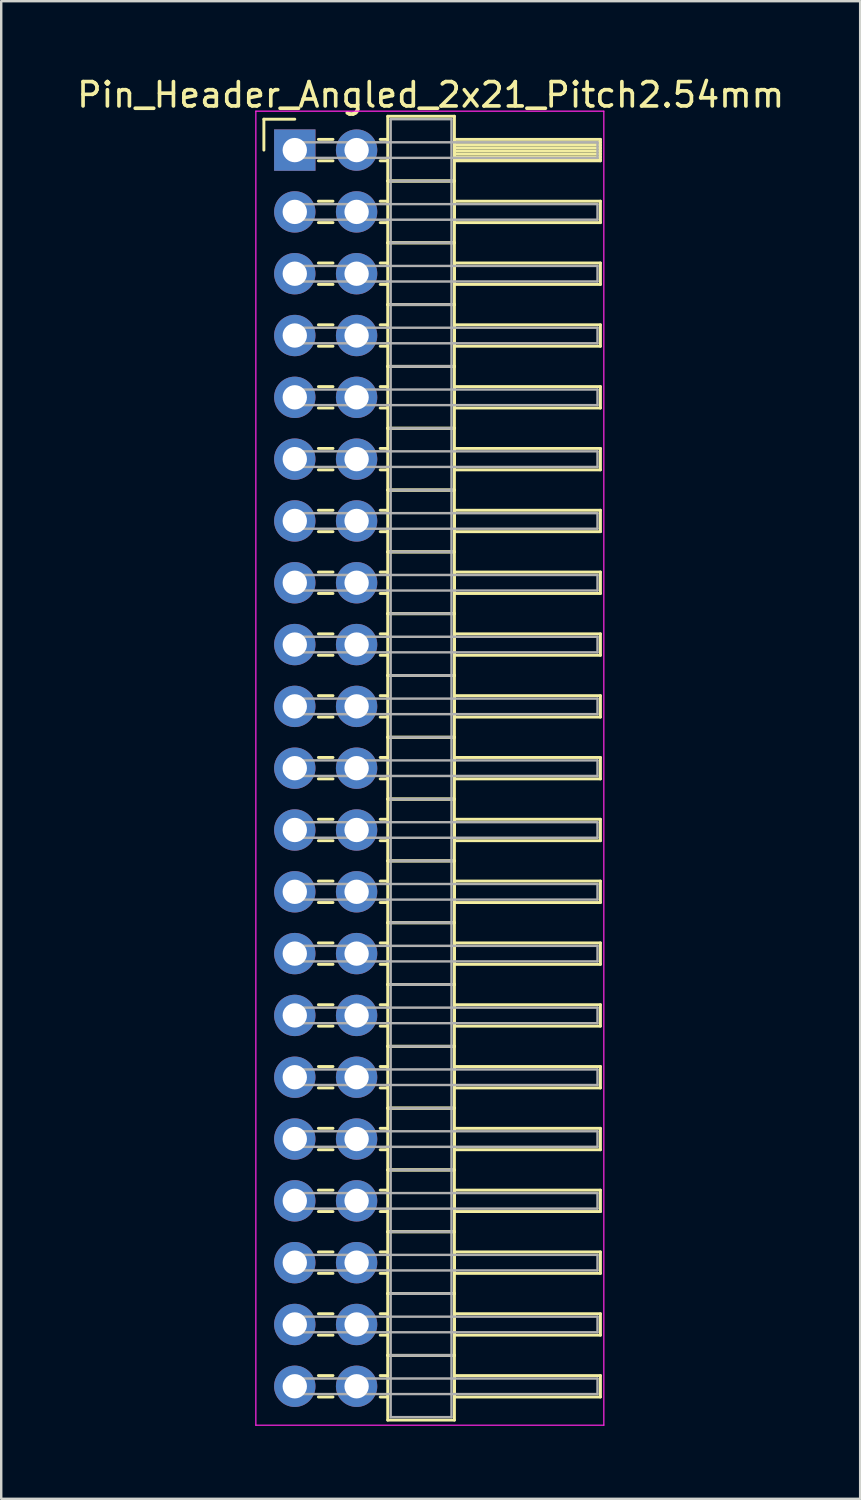
<source format=kicad_pcb>
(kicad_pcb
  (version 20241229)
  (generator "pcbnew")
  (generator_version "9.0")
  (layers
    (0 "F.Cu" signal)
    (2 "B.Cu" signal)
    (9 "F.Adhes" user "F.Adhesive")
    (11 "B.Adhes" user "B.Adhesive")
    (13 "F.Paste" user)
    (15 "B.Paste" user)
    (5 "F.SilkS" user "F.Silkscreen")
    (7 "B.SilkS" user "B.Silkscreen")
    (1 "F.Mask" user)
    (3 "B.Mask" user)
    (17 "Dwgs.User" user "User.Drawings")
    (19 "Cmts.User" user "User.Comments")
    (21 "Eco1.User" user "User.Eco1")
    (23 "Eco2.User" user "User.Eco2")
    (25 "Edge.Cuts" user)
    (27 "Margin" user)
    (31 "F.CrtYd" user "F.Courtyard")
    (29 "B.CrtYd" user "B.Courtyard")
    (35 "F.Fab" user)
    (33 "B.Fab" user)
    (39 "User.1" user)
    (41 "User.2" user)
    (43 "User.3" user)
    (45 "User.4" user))
  (footprint "Pin_Header_Angled_2x21_Pitch2.54mm"
    (layer "F.Cu")
    (at 9.064 3.118)
    (property "Reference" "Pin_Header_Angled_2x21_Pitch2.54mm" (at 5.585 -2.27 0) (layer "F.SilkS") (effects (font (size 1 1) (thickness 0.15))))
    (attr through_hole)
    (fp_line (start -1.27 -1.27) (end 0 -1.27) (stroke (width 0.12) (type solid)) (layer "F.SilkS"))
    (fp_line (start -1.27 0) (end -1.27 -1.27) (stroke (width 0.12) (type solid)) (layer "F.SilkS"))
    (fp_line (start 0.97 -0.44) (end 1.57 -0.44) (stroke (width 0.12) (type solid)) (layer "F.SilkS"))
    (fp_line (start 0.97 0.44) (end 1.57 0.44) (stroke (width 0.12) (type solid)) (layer "F.SilkS"))
    (fp_line (start 0.97 2.1) (end 1.57 2.1) (stroke (width 0.12) (type solid)) (layer "F.SilkS"))
    (fp_line (start 0.97 2.98) (end 1.57 2.98) (stroke (width 0.12) (type solid)) (layer "F.SilkS"))
    (fp_line (start 0.97 4.64) (end 1.57 4.64) (stroke (width 0.12) (type solid)) (layer "F.SilkS"))
    (fp_line (start 0.97 5.52) (end 1.57 5.52) (stroke (width 0.12) (type solid)) (layer "F.SilkS"))
    (fp_line (start 0.97 7.18) (end 1.57 7.18) (stroke (width 0.12) (type solid)) (layer "F.SilkS"))
    (fp_line (start 0.97 8.06) (end 1.57 8.06) (stroke (width 0.12) (type solid)) (layer "F.SilkS"))
    (fp_line (start 0.97 9.72) (end 1.57 9.72) (stroke (width 0.12) (type solid)) (layer "F.SilkS"))
    (fp_line (start 0.97 10.6) (end 1.57 10.6) (stroke (width 0.12) (type solid)) (layer "F.SilkS"))
    (fp_line (start 0.97 12.26) (end 1.57 12.26) (stroke (width 0.12) (type solid)) (layer "F.SilkS"))
    (fp_line (start 0.97 13.14) (end 1.57 13.14) (stroke (width 0.12) (type solid)) (layer "F.SilkS"))
    (fp_line (start 0.97 14.8) (end 1.57 14.8) (stroke (width 0.12) (type solid)) (layer "F.SilkS"))
    (fp_line (start 0.97 15.68) (end 1.57 15.68) (stroke (width 0.12) (type solid)) (layer "F.SilkS"))
    (fp_line (start 0.97 17.34) (end 1.57 17.34) (stroke (width 0.12) (type solid)) (layer "F.SilkS"))
    (fp_line (start 0.97 18.22) (end 1.57 18.22) (stroke (width 0.12) (type solid)) (layer "F.SilkS"))
    (fp_line (start 0.97 19.88) (end 1.57 19.88) (stroke (width 0.12) (type solid)) (layer "F.SilkS"))
    (fp_line (start 0.97 20.76) (end 1.57 20.76) (stroke (width 0.12) (type solid)) (layer "F.SilkS"))
    (fp_line (start 0.97 22.42) (end 1.57 22.42) (stroke (width 0.12) (type solid)) (layer "F.SilkS"))
    (fp_line (start 0.97 23.3) (end 1.57 23.3) (stroke (width 0.12) (type solid)) (layer "F.SilkS"))
    (fp_line (start 0.97 24.96) (end 1.57 24.96) (stroke (width 0.12) (type solid)) (layer "F.SilkS"))
    (fp_line (start 0.97 25.84) (end 1.57 25.84) (stroke (width 0.12) (type solid)) (layer "F.SilkS"))
    (fp_line (start 0.97 27.5) (end 1.57 27.5) (stroke (width 0.12) (type solid)) (layer "F.SilkS"))
    (fp_line (start 0.97 28.38) (end 1.57 28.38) (stroke (width 0.12) (type solid)) (layer "F.SilkS"))
    (fp_line (start 0.97 30.04) (end 1.57 30.04) (stroke (width 0.12) (type solid)) (layer "F.SilkS"))
    (fp_line (start 0.97 30.92) (end 1.57 30.92) (stroke (width 0.12) (type solid)) (layer "F.SilkS"))
    (fp_line (start 0.97 32.58) (end 1.57 32.58) (stroke (width 0.12) (type solid)) (layer "F.SilkS"))
    (fp_line (start 0.97 33.46) (end 1.57 33.46) (stroke (width 0.12) (type solid)) (layer "F.SilkS"))
    (fp_line (start 0.97 35.12) (end 1.57 35.12) (stroke (width 0.12) (type solid)) (layer "F.SilkS"))
    (fp_line (start 0.97 36) (end 1.57 36) (stroke (width 0.12) (type solid)) (layer "F.SilkS"))
    (fp_line (start 0.97 37.66) (end 1.57 37.66) (stroke (width 0.12) (type solid)) (layer "F.SilkS"))
    (fp_line (start 0.97 38.54) (end 1.57 38.54) (stroke (width 0.12) (type solid)) (layer "F.SilkS"))
    (fp_line (start 0.97 40.2) (end 1.57 40.2) (stroke (width 0.12) (type solid)) (layer "F.SilkS"))
    (fp_line (start 0.97 41.08) (end 1.57 41.08) (stroke (width 0.12) (type solid)) (layer "F.SilkS"))
    (fp_line (start 0.97 42.74) (end 1.57 42.74) (stroke (width 0.12) (type solid)) (layer "F.SilkS"))
    (fp_line (start 0.97 43.62) (end 1.57 43.62) (stroke (width 0.12) (type solid)) (layer "F.SilkS"))
    (fp_line (start 0.97 45.28) (end 1.57 45.28) (stroke (width 0.12) (type solid)) (layer "F.SilkS"))
    (fp_line (start 0.97 46.16) (end 1.57 46.16) (stroke (width 0.12) (type solid)) (layer "F.SilkS"))
    (fp_line (start 0.97 47.82) (end 1.57 47.82) (stroke (width 0.12) (type solid)) (layer "F.SilkS"))
    (fp_line (start 0.97 48.7) (end 1.57 48.7) (stroke (width 0.12) (type solid)) (layer "F.SilkS"))
    (fp_line (start 0.97 50.36) (end 1.57 50.36) (stroke (width 0.12) (type solid)) (layer "F.SilkS"))
    (fp_line (start 0.97 51.24) (end 1.57 51.24) (stroke (width 0.12) (type solid)) (layer "F.SilkS"))
    (fp_line (start 3.51 -0.44) (end 3.82 -0.44) (stroke (width 0.12) (type solid)) (layer "F.SilkS"))
    (fp_line (start 3.51 0.44) (end 3.82 0.44) (stroke (width 0.12) (type solid)) (layer "F.SilkS"))
    (fp_line (start 3.51 2.1) (end 3.82 2.1) (stroke (width 0.12) (type solid)) (layer "F.SilkS"))
    (fp_line (start 3.51 2.98) (end 3.82 2.98) (stroke (width 0.12) (type solid)) (layer "F.SilkS"))
    (fp_line (start 3.51 4.64) (end 3.82 4.64) (stroke (width 0.12) (type solid)) (layer "F.SilkS"))
    (fp_line (start 3.51 5.52) (end 3.82 5.52) (stroke (width 0.12) (type solid)) (layer "F.SilkS"))
    (fp_line (start 3.51 7.18) (end 3.82 7.18) (stroke (width 0.12) (type solid)) (layer "F.SilkS"))
    (fp_line (start 3.51 8.06) (end 3.82 8.06) (stroke (width 0.12) (type solid)) (layer "F.SilkS"))
    (fp_line (start 3.51 9.72) (end 3.82 9.72) (stroke (width 0.12) (type solid)) (layer "F.SilkS"))
    (fp_line (start 3.51 10.6) (end 3.82 10.6) (stroke (width 0.12) (type solid)) (layer "F.SilkS"))
    (fp_line (start 3.51 12.26) (end 3.82 12.26) (stroke (width 0.12) (type solid)) (layer "F.SilkS"))
    (fp_line (start 3.51 13.14) (end 3.82 13.14) (stroke (width 0.12) (type solid)) (layer "F.SilkS"))
    (fp_line (start 3.51 14.8) (end 3.82 14.8) (stroke (width 0.12) (type solid)) (layer "F.SilkS"))
    (fp_line (start 3.51 15.68) (end 3.82 15.68) (stroke (width 0.12) (type solid)) (layer "F.SilkS"))
    (fp_line (start 3.51 17.34) (end 3.82 17.34) (stroke (width 0.12) (type solid)) (layer "F.SilkS"))
    (fp_line (start 3.51 18.22) (end 3.82 18.22) (stroke (width 0.12) (type solid)) (layer "F.SilkS"))
    (fp_line (start 3.51 19.88) (end 3.82 19.88) (stroke (width 0.12) (type solid)) (layer "F.SilkS"))
    (fp_line (start 3.51 20.76) (end 3.82 20.76) (stroke (width 0.12) (type solid)) (layer "F.SilkS"))
    (fp_line (start 3.51 22.42) (end 3.82 22.42) (stroke (width 0.12) (type solid)) (layer "F.SilkS"))
    (fp_line (start 3.51 23.3) (end 3.82 23.3) (stroke (width 0.12) (type solid)) (layer "F.SilkS"))
    (fp_line (start 3.51 24.96) (end 3.82 24.96) (stroke (width 0.12) (type solid)) (layer "F.SilkS"))
    (fp_line (start 3.51 25.84) (end 3.82 25.84) (stroke (width 0.12) (type solid)) (layer "F.SilkS"))
    (fp_line (start 3.51 27.5) (end 3.82 27.5) (stroke (width 0.12) (type solid)) (layer "F.SilkS"))
    (fp_line (start 3.51 28.38) (end 3.82 28.38) (stroke (width 0.12) (type solid)) (layer "F.SilkS"))
    (fp_line (start 3.51 30.04) (end 3.82 30.04) (stroke (width 0.12) (type solid)) (layer "F.SilkS"))
    (fp_line (start 3.51 30.92) (end 3.82 30.92) (stroke (width 0.12) (type solid)) (layer "F.SilkS"))
    (fp_line (start 3.51 32.58) (end 3.82 32.58) (stroke (width 0.12) (type solid)) (layer "F.SilkS"))
    (fp_line (start 3.51 33.46) (end 3.82 33.46) (stroke (width 0.12) (type solid)) (layer "F.SilkS"))
    (fp_line (start 3.51 35.12) (end 3.82 35.12) (stroke (width 0.12) (type solid)) (layer "F.SilkS"))
    (fp_line (start 3.51 36) (end 3.82 36) (stroke (width 0.12) (type solid)) (layer "F.SilkS"))
    (fp_line (start 3.51 37.66) (end 3.82 37.66) (stroke (width 0.12) (type solid)) (layer "F.SilkS"))
    (fp_line (start 3.51 38.54) (end 3.82 38.54) (stroke (width 0.12) (type solid)) (layer "F.SilkS"))
    (fp_line (start 3.51 40.2) (end 3.82 40.2) (stroke (width 0.12) (type solid)) (layer "F.SilkS"))
    (fp_line (start 3.51 41.08) (end 3.82 41.08) (stroke (width 0.12) (type solid)) (layer "F.SilkS"))
    (fp_line (start 3.51 42.74) (end 3.82 42.74) (stroke (width 0.12) (type solid)) (layer "F.SilkS"))
    (fp_line (start 3.51 43.62) (end 3.82 43.62) (stroke (width 0.12) (type solid)) (layer "F.SilkS"))
    (fp_line (start 3.51 45.28) (end 3.82 45.28) (stroke (width 0.12) (type solid)) (layer "F.SilkS"))
    (fp_line (start 3.51 46.16) (end 3.82 46.16) (stroke (width 0.12) (type solid)) (layer "F.SilkS"))
    (fp_line (start 3.51 47.82) (end 3.82 47.82) (stroke (width 0.12) (type solid)) (layer "F.SilkS"))
    (fp_line (start 3.51 48.7) (end 3.82 48.7) (stroke (width 0.12) (type solid)) (layer "F.SilkS"))
    (fp_line (start 3.51 50.36) (end 3.82 50.36) (stroke (width 0.12) (type solid)) (layer "F.SilkS"))
    (fp_line (start 3.51 51.24) (end 3.82 51.24) (stroke (width 0.12) (type solid)) (layer "F.SilkS"))
    (fp_line (start 3.82 -1.39) (end 3.82 1.27) (stroke (width 0.12) (type solid)) (layer "F.SilkS"))
    (fp_line (start 3.82 1.27) (end 3.82 3.81) (stroke (width 0.12) (type solid)) (layer "F.SilkS"))
    (fp_line (start 3.82 1.27) (end 6.56 1.27) (stroke (width 0.12) (type solid)) (layer "F.SilkS"))
    (fp_line (start 3.82 3.81) (end 3.82 6.35) (stroke (width 0.12) (type solid)) (layer "F.SilkS"))
    (fp_line (start 3.82 3.81) (end 6.56 3.81) (stroke (width 0.12) (type solid)) (layer "F.SilkS"))
    (fp_line (start 3.82 6.35) (end 3.82 8.89) (stroke (width 0.12) (type solid)) (layer "F.SilkS"))
    (fp_line (start 3.82 6.35) (end 6.56 6.35) (stroke (width 0.12) (type solid)) (layer "F.SilkS"))
    (fp_line (start 3.82 8.89) (end 3.82 11.43) (stroke (width 0.12) (type solid)) (layer "F.SilkS"))
    (fp_line (start 3.82 8.89) (end 6.56 8.89) (stroke (width 0.12) (type solid)) (layer "F.SilkS"))
    (fp_line (start 3.82 11.43) (end 3.82 13.97) (stroke (width 0.12) (type solid)) (layer "F.SilkS"))
    (fp_line (start 3.82 11.43) (end 6.56 11.43) (stroke (width 0.12) (type solid)) (layer "F.SilkS"))
    (fp_line (start 3.82 13.97) (end 3.82 16.51) (stroke (width 0.12) (type solid)) (layer "F.SilkS"))
    (fp_line (start 3.82 13.97) (end 6.56 13.97) (stroke (width 0.12) (type solid)) (layer "F.SilkS"))
    (fp_line (start 3.82 16.51) (end 3.82 19.05) (stroke (width 0.12) (type solid)) (layer "F.SilkS"))
    (fp_line (start 3.82 16.51) (end 6.56 16.51) (stroke (width 0.12) (type solid)) (layer "F.SilkS"))
    (fp_line (start 3.82 19.05) (end 3.82 21.59) (stroke (width 0.12) (type solid)) (layer "F.SilkS"))
    (fp_line (start 3.82 19.05) (end 6.56 19.05) (stroke (width 0.12) (type solid)) (layer "F.SilkS"))
    (fp_line (start 3.82 21.59) (end 3.82 24.13) (stroke (width 0.12) (type solid)) (layer "F.SilkS"))
    (fp_line (start 3.82 21.59) (end 6.56 21.59) (stroke (width 0.12) (type solid)) (layer "F.SilkS"))
    (fp_line (start 3.82 24.13) (end 3.82 26.67) (stroke (width 0.12) (type solid)) (layer "F.SilkS"))
    (fp_line (start 3.82 24.13) (end 6.56 24.13) (stroke (width 0.12) (type solid)) (layer "F.SilkS"))
    (fp_line (start 3.82 26.67) (end 3.82 29.21) (stroke (width 0.12) (type solid)) (layer "F.SilkS"))
    (fp_line (start 3.82 26.67) (end 6.56 26.67) (stroke (width 0.12) (type solid)) (layer "F.SilkS"))
    (fp_line (start 3.82 29.21) (end 3.82 31.75) (stroke (width 0.12) (type solid)) (layer "F.SilkS"))
    (fp_line (start 3.82 29.21) (end 6.56 29.21) (stroke (width 0.12) (type solid)) (layer "F.SilkS"))
    (fp_line (start 3.82 31.75) (end 3.82 34.29) (stroke (width 0.12) (type solid)) (layer "F.SilkS"))
    (fp_line (start 3.82 31.75) (end 6.56 31.75) (stroke (width 0.12) (type solid)) (layer "F.SilkS"))
    (fp_line (start 3.82 34.29) (end 3.82 36.83) (stroke (width 0.12) (type solid)) (layer "F.SilkS"))
    (fp_line (start 3.82 34.29) (end 6.56 34.29) (stroke (width 0.12) (type solid)) (layer "F.SilkS"))
    (fp_line (start 3.82 36.83) (end 3.82 39.37) (stroke (width 0.12) (type solid)) (layer "F.SilkS"))
    (fp_line (start 3.82 36.83) (end 6.56 36.83) (stroke (width 0.12) (type solid)) (layer "F.SilkS"))
    (fp_line (start 3.82 39.37) (end 3.82 41.91) (stroke (width 0.12) (type solid)) (layer "F.SilkS"))
    (fp_line (start 3.82 39.37) (end 6.56 39.37) (stroke (width 0.12) (type solid)) (layer "F.SilkS"))
    (fp_line (start 3.82 41.91) (end 3.82 44.45) (stroke (width 0.12) (type solid)) (layer "F.SilkS"))
    (fp_line (start 3.82 41.91) (end 6.56 41.91) (stroke (width 0.12) (type solid)) (layer "F.SilkS"))
    (fp_line (start 3.82 44.45) (end 3.82 46.99) (stroke (width 0.12) (type solid)) (layer "F.SilkS"))
    (fp_line (start 3.82 44.45) (end 6.56 44.45) (stroke (width 0.12) (type solid)) (layer "F.SilkS"))
    (fp_line (start 3.82 46.99) (end 3.82 49.53) (stroke (width 0.12) (type solid)) (layer "F.SilkS"))
    (fp_line (start 3.82 46.99) (end 6.56 46.99) (stroke (width 0.12) (type solid)) (layer "F.SilkS"))
    (fp_line (start 3.82 49.53) (end 3.82 52.19) (stroke (width 0.12) (type solid)) (layer "F.SilkS"))
    (fp_line (start 3.82 49.53) (end 6.56 49.53) (stroke (width 0.12) (type solid)) (layer "F.SilkS"))
    (fp_line (start 3.82 52.19) (end 6.56 52.19) (stroke (width 0.12) (type solid)) (layer "F.SilkS"))
    (fp_line (start 6.56 -1.39) (end 3.82 -1.39) (stroke (width 0.12) (type solid)) (layer "F.SilkS"))
    (fp_line (start 6.56 -0.44) (end 6.56 0.44) (stroke (width 0.12) (type solid)) (layer "F.SilkS"))
    (fp_line (start 6.56 -0.32) (end 12.56 -0.32) (stroke (width 0.12) (type solid)) (layer "F.SilkS"))
    (fp_line (start 6.56 -0.2) (end 12.56 -0.2) (stroke (width 0.12) (type solid)) (layer "F.SilkS"))
    (fp_line (start 6.56 -0.08) (end 12.56 -0.08) (stroke (width 0.12) (type solid)) (layer "F.SilkS"))
    (fp_line (start 6.56 0.04) (end 12.56 0.04) (stroke (width 0.12) (type solid)) (layer "F.SilkS"))
    (fp_line (start 6.56 0.16) (end 12.56 0.16) (stroke (width 0.12) (type solid)) (layer "F.SilkS"))
    (fp_line (start 6.56 0.28) (end 12.56 0.28) (stroke (width 0.12) (type solid)) (layer "F.SilkS"))
    (fp_line (start 6.56 0.4) (end 12.56 0.4) (stroke (width 0.12) (type solid)) (layer "F.SilkS"))
    (fp_line (start 6.56 0.44) (end 12.56 0.44) (stroke (width 0.12) (type solid)) (layer "F.SilkS"))
    (fp_line (start 6.56 1.27) (end 3.82 1.27) (stroke (width 0.12) (type solid)) (layer "F.SilkS"))
    (fp_line (start 6.56 1.27) (end 6.56 -1.39) (stroke (width 0.12) (type solid)) (layer "F.SilkS"))
    (fp_line (start 6.56 2.1) (end 6.56 2.98) (stroke (width 0.12) (type solid)) (layer "F.SilkS"))
    (fp_line (start 6.56 2.98) (end 12.56 2.98) (stroke (width 0.12) (type solid)) (layer "F.SilkS"))
    (fp_line (start 6.56 3.81) (end 3.82 3.81) (stroke (width 0.12) (type solid)) (layer "F.SilkS"))
    (fp_line (start 6.56 3.81) (end 6.56 1.27) (stroke (width 0.12) (type solid)) (layer "F.SilkS"))
    (fp_line (start 6.56 4.64) (end 6.56 5.52) (stroke (width 0.12) (type solid)) (layer "F.SilkS"))
    (fp_line (start 6.56 5.52) (end 12.56 5.52) (stroke (width 0.12) (type solid)) (layer "F.SilkS"))
    (fp_line (start 6.56 6.35) (end 3.82 6.35) (stroke (width 0.12) (type solid)) (layer "F.SilkS"))
    (fp_line (start 6.56 6.35) (end 6.56 3.81) (stroke (width 0.12) (type solid)) (layer "F.SilkS"))
    (fp_line (start 6.56 7.18) (end 6.56 8.06) (stroke (width 0.12) (type solid)) (layer "F.SilkS"))
    (fp_line (start 6.56 8.06) (end 12.56 8.06) (stroke (width 0.12) (type solid)) (layer "F.SilkS"))
    (fp_line (start 6.56 8.89) (end 3.82 8.89) (stroke (width 0.12) (type solid)) (layer "F.SilkS"))
    (fp_line (start 6.56 8.89) (end 6.56 6.35) (stroke (width 0.12) (type solid)) (layer "F.SilkS"))
    (fp_line (start 6.56 9.72) (end 6.56 10.6) (stroke (width 0.12) (type solid)) (layer "F.SilkS"))
    (fp_line (start 6.56 10.6) (end 12.56 10.6) (stroke (width 0.12) (type solid)) (layer "F.SilkS"))
    (fp_line (start 6.56 11.43) (end 3.82 11.43) (stroke (width 0.12) (type solid)) (layer "F.SilkS"))
    (fp_line (start 6.56 11.43) (end 6.56 8.89) (stroke (width 0.12) (type solid)) (layer "F.SilkS"))
    (fp_line (start 6.56 12.26) (end 6.56 13.14) (stroke (width 0.12) (type solid)) (layer "F.SilkS"))
    (fp_line (start 6.56 13.14) (end 12.56 13.14) (stroke (width 0.12) (type solid)) (layer "F.SilkS"))
    (fp_line (start 6.56 13.97) (end 3.82 13.97) (stroke (width 0.12) (type solid)) (layer "F.SilkS"))
    (fp_line (start 6.56 13.97) (end 6.56 11.43) (stroke (width 0.12) (type solid)) (layer "F.SilkS"))
    (fp_line (start 6.56 14.8) (end 6.56 15.68) (stroke (width 0.12) (type solid)) (layer "F.SilkS"))
    (fp_line (start 6.56 15.68) (end 12.56 15.68) (stroke (width 0.12) (type solid)) (layer "F.SilkS"))
    (fp_line (start 6.56 16.51) (end 3.82 16.51) (stroke (width 0.12) (type solid)) (layer "F.SilkS"))
    (fp_line (start 6.56 16.51) (end 6.56 13.97) (stroke (width 0.12) (type solid)) (layer "F.SilkS"))
    (fp_line (start 6.56 17.34) (end 6.56 18.22) (stroke (width 0.12) (type solid)) (layer "F.SilkS"))
    (fp_line (start 6.56 18.22) (end 12.56 18.22) (stroke (width 0.12) (type solid)) (layer "F.SilkS"))
    (fp_line (start 6.56 19.05) (end 3.82 19.05) (stroke (width 0.12) (type solid)) (layer "F.SilkS"))
    (fp_line (start 6.56 19.05) (end 6.56 16.51) (stroke (width 0.12) (type solid)) (layer "F.SilkS"))
    (fp_line (start 6.56 19.88) (end 6.56 20.76) (stroke (width 0.12) (type solid)) (layer "F.SilkS"))
    (fp_line (start 6.56 20.76) (end 12.56 20.76) (stroke (width 0.12) (type solid)) (layer "F.SilkS"))
    (fp_line (start 6.56 21.59) (end 3.82 21.59) (stroke (width 0.12) (type solid)) (layer "F.SilkS"))
    (fp_line (start 6.56 21.59) (end 6.56 19.05) (stroke (width 0.12) (type solid)) (layer "F.SilkS"))
    (fp_line (start 6.56 22.42) (end 6.56 23.3) (stroke (width 0.12) (type solid)) (layer "F.SilkS"))
    (fp_line (start 6.56 23.3) (end 12.56 23.3) (stroke (width 0.12) (type solid)) (layer "F.SilkS"))
    (fp_line (start 6.56 24.13) (end 3.82 24.13) (stroke (width 0.12) (type solid)) (layer "F.SilkS"))
    (fp_line (start 6.56 24.13) (end 6.56 21.59) (stroke (width 0.12) (type solid)) (layer "F.SilkS"))
    (fp_line (start 6.56 24.96) (end 6.56 25.84) (stroke (width 0.12) (type solid)) (layer "F.SilkS"))
    (fp_line (start 6.56 25.84) (end 12.56 25.84) (stroke (width 0.12) (type solid)) (layer "F.SilkS"))
    (fp_line (start 6.56 26.67) (end 3.82 26.67) (stroke (width 0.12) (type solid)) (layer "F.SilkS"))
    (fp_line (start 6.56 26.67) (end 6.56 24.13) (stroke (width 0.12) (type solid)) (layer "F.SilkS"))
    (fp_line (start 6.56 27.5) (end 6.56 28.38) (stroke (width 0.12) (type solid)) (layer "F.SilkS"))
    (fp_line (start 6.56 28.38) (end 12.56 28.38) (stroke (width 0.12) (type solid)) (layer "F.SilkS"))
    (fp_line (start 6.56 29.21) (end 3.82 29.21) (stroke (width 0.12) (type solid)) (layer "F.SilkS"))
    (fp_line (start 6.56 29.21) (end 6.56 26.67) (stroke (width 0.12) (type solid)) (layer "F.SilkS"))
    (fp_line (start 6.56 30.04) (end 6.56 30.92) (stroke (width 0.12) (type solid)) (layer "F.SilkS"))
    (fp_line (start 6.56 30.92) (end 12.56 30.92) (stroke (width 0.12) (type solid)) (layer "F.SilkS"))
    (fp_line (start 6.56 31.75) (end 3.82 31.75) (stroke (width 0.12) (type solid)) (layer "F.SilkS"))
    (fp_line (start 6.56 31.75) (end 6.56 29.21) (stroke (width 0.12) (type solid)) (layer "F.SilkS"))
    (fp_line (start 6.56 32.58) (end 6.56 33.46) (stroke (width 0.12) (type solid)) (layer "F.SilkS"))
    (fp_line (start 6.56 33.46) (end 12.56 33.46) (stroke (width 0.12) (type solid)) (layer "F.SilkS"))
    (fp_line (start 6.56 34.29) (end 3.82 34.29) (stroke (width 0.12) (type solid)) (layer "F.SilkS"))
    (fp_line (start 6.56 34.29) (end 6.56 31.75) (stroke (width 0.12) (type solid)) (layer "F.SilkS"))
    (fp_line (start 6.56 35.12) (end 6.56 36) (stroke (width 0.12) (type solid)) (layer "F.SilkS"))
    (fp_line (start 6.56 36) (end 12.56 36) (stroke (width 0.12) (type solid)) (layer "F.SilkS"))
    (fp_line (start 6.56 36.83) (end 3.82 36.83) (stroke (width 0.12) (type solid)) (layer "F.SilkS"))
    (fp_line (start 6.56 36.83) (end 6.56 34.29) (stroke (width 0.12) (type solid)) (layer "F.SilkS"))
    (fp_line (start 6.56 37.66) (end 6.56 38.54) (stroke (width 0.12) (type solid)) (layer "F.SilkS"))
    (fp_line (start 6.56 38.54) (end 12.56 38.54) (stroke (width 0.12) (type solid)) (layer "F.SilkS"))
    (fp_line (start 6.56 39.37) (end 3.82 39.37) (stroke (width 0.12) (type solid)) (layer "F.SilkS"))
    (fp_line (start 6.56 39.37) (end 6.56 36.83) (stroke (width 0.12) (type solid)) (layer "F.SilkS"))
    (fp_line (start 6.56 40.2) (end 6.56 41.08) (stroke (width 0.12) (type solid)) (layer "F.SilkS"))
    (fp_line (start 6.56 41.08) (end 12.56 41.08) (stroke (width 0.12) (type solid)) (layer "F.SilkS"))
    (fp_line (start 6.56 41.91) (end 3.82 41.91) (stroke (width 0.12) (type solid)) (layer "F.SilkS"))
    (fp_line (start 6.56 41.91) (end 6.56 39.37) (stroke (width 0.12) (type solid)) (layer "F.SilkS"))
    (fp_line (start 6.56 42.74) (end 6.56 43.62) (stroke (width 0.12) (type solid)) (layer "F.SilkS"))
    (fp_line (start 6.56 43.62) (end 12.56 43.62) (stroke (width 0.12) (type solid)) (layer "F.SilkS"))
    (fp_line (start 6.56 44.45) (end 3.82 44.45) (stroke (width 0.12) (type solid)) (layer "F.SilkS"))
    (fp_line (start 6.56 44.45) (end 6.56 41.91) (stroke (width 0.12) (type solid)) (layer "F.SilkS"))
    (fp_line (start 6.56 45.28) (end 6.56 46.16) (stroke (width 0.12) (type solid)) (layer "F.SilkS"))
    (fp_line (start 6.56 46.16) (end 12.56 46.16) (stroke (width 0.12) (type solid)) (layer "F.SilkS"))
    (fp_line (start 6.56 46.99) (end 3.82 46.99) (stroke (width 0.12) (type solid)) (layer "F.SilkS"))
    (fp_line (start 6.56 46.99) (end 6.56 44.45) (stroke (width 0.12) (type solid)) (layer "F.SilkS"))
    (fp_line (start 6.56 47.82) (end 6.56 48.7) (stroke (width 0.12) (type solid)) (layer "F.SilkS"))
    (fp_line (start 6.56 48.7) (end 12.56 48.7) (stroke (width 0.12) (type solid)) (layer "F.SilkS"))
    (fp_line (start 6.56 49.53) (end 3.82 49.53) (stroke (width 0.12) (type solid)) (layer "F.SilkS"))
    (fp_line (start 6.56 49.53) (end 6.56 46.99) (stroke (width 0.12) (type solid)) (layer "F.SilkS"))
    (fp_line (start 6.56 50.36) (end 6.56 51.24) (stroke (width 0.12) (type solid)) (layer "F.SilkS"))
    (fp_line (start 6.56 51.24) (end 12.56 51.24) (stroke (width 0.12) (type solid)) (layer "F.SilkS"))
    (fp_line (start 6.56 52.19) (end 6.56 49.53) (stroke (width 0.12) (type solid)) (layer "F.SilkS"))
    (fp_line (start 12.56 -0.44) (end 6.56 -0.44) (stroke (width 0.12) (type solid)) (layer "F.SilkS"))
    (fp_line (start 12.56 0.44) (end 12.56 -0.44) (stroke (width 0.12) (type solid)) (layer "F.SilkS"))
    (fp_line (start 12.56 2.1) (end 6.56 2.1) (stroke (width 0.12) (type solid)) (layer "F.SilkS"))
    (fp_line (start 12.56 2.98) (end 12.56 2.1) (stroke (width 0.12) (type solid)) (layer "F.SilkS"))
    (fp_line (start 12.56 4.64) (end 6.56 4.64) (stroke (width 0.12) (type solid)) (layer "F.SilkS"))
    (fp_line (start 12.56 5.52) (end 12.56 4.64) (stroke (width 0.12) (type solid)) (layer "F.SilkS"))
    (fp_line (start 12.56 7.18) (end 6.56 7.18) (stroke (width 0.12) (type solid)) (layer "F.SilkS"))
    (fp_line (start 12.56 8.06) (end 12.56 7.18) (stroke (width 0.12) (type solid)) (layer "F.SilkS"))
    (fp_line (start 12.56 9.72) (end 6.56 9.72) (stroke (width 0.12) (type solid)) (layer "F.SilkS"))
    (fp_line (start 12.56 10.6) (end 12.56 9.72) (stroke (width 0.12) (type solid)) (layer "F.SilkS"))
    (fp_line (start 12.56 12.26) (end 6.56 12.26) (stroke (width 0.12) (type solid)) (layer "F.SilkS"))
    (fp_line (start 12.56 13.14) (end 12.56 12.26) (stroke (width 0.12) (type solid)) (layer "F.SilkS"))
    (fp_line (start 12.56 14.8) (end 6.56 14.8) (stroke (width 0.12) (type solid)) (layer "F.SilkS"))
    (fp_line (start 12.56 15.68) (end 12.56 14.8) (stroke (width 0.12) (type solid)) (layer "F.SilkS"))
    (fp_line (start 12.56 17.34) (end 6.56 17.34) (stroke (width 0.12) (type solid)) (layer "F.SilkS"))
    (fp_line (start 12.56 18.22) (end 12.56 17.34) (stroke (width 0.12) (type solid)) (layer "F.SilkS"))
    (fp_line (start 12.56 19.88) (end 6.56 19.88) (stroke (width 0.12) (type solid)) (layer "F.SilkS"))
    (fp_line (start 12.56 20.76) (end 12.56 19.88) (stroke (width 0.12) (type solid)) (layer "F.SilkS"))
    (fp_line (start 12.56 22.42) (end 6.56 22.42) (stroke (width 0.12) (type solid)) (layer "F.SilkS"))
    (fp_line (start 12.56 23.3) (end 12.56 22.42) (stroke (width 0.12) (type solid)) (layer "F.SilkS"))
    (fp_line (start 12.56 24.96) (end 6.56 24.96) (stroke (width 0.12) (type solid)) (layer "F.SilkS"))
    (fp_line (start 12.56 25.84) (end 12.56 24.96) (stroke (width 0.12) (type solid)) (layer "F.SilkS"))
    (fp_line (start 12.56 27.5) (end 6.56 27.5) (stroke (width 0.12) (type solid)) (layer "F.SilkS"))
    (fp_line (start 12.56 28.38) (end 12.56 27.5) (stroke (width 0.12) (type solid)) (layer "F.SilkS"))
    (fp_line (start 12.56 30.04) (end 6.56 30.04) (stroke (width 0.12) (type solid)) (layer "F.SilkS"))
    (fp_line (start 12.56 30.92) (end 12.56 30.04) (stroke (width 0.12) (type solid)) (layer "F.SilkS"))
    (fp_line (start 12.56 32.58) (end 6.56 32.58) (stroke (width 0.12) (type solid)) (layer "F.SilkS"))
    (fp_line (start 12.56 33.46) (end 12.56 32.58) (stroke (width 0.12) (type solid)) (layer "F.SilkS"))
    (fp_line (start 12.56 35.12) (end 6.56 35.12) (stroke (width 0.12) (type solid)) (layer "F.SilkS"))
    (fp_line (start 12.56 36) (end 12.56 35.12) (stroke (width 0.12) (type solid)) (layer "F.SilkS"))
    (fp_line (start 12.56 37.66) (end 6.56 37.66) (stroke (width 0.12) (type solid)) (layer "F.SilkS"))
    (fp_line (start 12.56 38.54) (end 12.56 37.66) (stroke (width 0.12) (type solid)) (layer "F.SilkS"))
    (fp_line (start 12.56 40.2) (end 6.56 40.2) (stroke (width 0.12) (type solid)) (layer "F.SilkS"))
    (fp_line (start 12.56 41.08) (end 12.56 40.2) (stroke (width 0.12) (type solid)) (layer "F.SilkS"))
    (fp_line (start 12.56 42.74) (end 6.56 42.74) (stroke (width 0.12) (type solid)) (layer "F.SilkS"))
    (fp_line (start 12.56 43.62) (end 12.56 42.74) (stroke (width 0.12) (type solid)) (layer "F.SilkS"))
    (fp_line (start 12.56 45.28) (end 6.56 45.28) (stroke (width 0.12) (type solid)) (layer "F.SilkS"))
    (fp_line (start 12.56 46.16) (end 12.56 45.28) (stroke (width 0.12) (type solid)) (layer "F.SilkS"))
    (fp_line (start 12.56 47.82) (end 6.56 47.82) (stroke (width 0.12) (type solid)) (layer "F.SilkS"))
    (fp_line (start 12.56 48.7) (end 12.56 47.82) (stroke (width 0.12) (type solid)) (layer "F.SilkS"))
    (fp_line (start 12.56 50.36) (end 6.56 50.36) (stroke (width 0.12) (type solid)) (layer "F.SilkS"))
    (fp_line (start 12.56 51.24) (end 12.56 50.36) (stroke (width 0.12) (type solid)) (layer "F.SilkS"))
    (fp_line (start -1.6 -1.6) (end -1.6 52.4) (stroke (width 0.05) (type solid)) (layer "F.CrtYd"))
    (fp_line (start -1.6 52.4) (end 12.7 52.4) (stroke (width 0.05) (type solid)) (layer "F.CrtYd"))
    (fp_line (start 12.7 -1.6) (end -1.6 -1.6) (stroke (width 0.05) (type solid)) (layer "F.CrtYd"))
    (fp_line (start 12.7 52.4) (end 12.7 -1.6) (stroke (width 0.05) (type solid)) (layer "F.CrtYd"))
    (fp_line (start 0 -0.32) (end 0 0.32) (stroke (width 0.1) (type solid)) (layer "F.Fab"))
    (fp_line (start 0 0.32) (end 12.44 0.32) (stroke (width 0.1) (type solid)) (layer "F.Fab"))
    (fp_line (start 0 2.22) (end 0 2.86) (stroke (width 0.1) (type solid)) (layer "F.Fab"))
    (fp_line (start 0 2.86) (end 12.44 2.86) (stroke (width 0.1) (type solid)) (layer "F.Fab"))
    (fp_line (start 0 4.76) (end 0 5.4) (stroke (width 0.1) (type solid)) (layer "F.Fab"))
    (fp_line (start 0 5.4) (end 12.44 5.4) (stroke (width 0.1) (type solid)) (layer "F.Fab"))
    (fp_line (start 0 7.3) (end 0 7.94) (stroke (width 0.1) (type solid)) (layer "F.Fab"))
    (fp_line (start 0 7.94) (end 12.44 7.94) (stroke (width 0.1) (type solid)) (layer "F.Fab"))
    (fp_line (start 0 9.84) (end 0 10.48) (stroke (width 0.1) (type solid)) (layer "F.Fab"))
    (fp_line (start 0 10.48) (end 12.44 10.48) (stroke (width 0.1) (type solid)) (layer "F.Fab"))
    (fp_line (start 0 12.38) (end 0 13.02) (stroke (width 0.1) (type solid)) (layer "F.Fab"))
    (fp_line (start 0 13.02) (end 12.44 13.02) (stroke (width 0.1) (type solid)) (layer "F.Fab"))
    (fp_line (start 0 14.92) (end 0 15.56) (stroke (width 0.1) (type solid)) (layer "F.Fab"))
    (fp_line (start 0 15.56) (end 12.44 15.56) (stroke (width 0.1) (type solid)) (layer "F.Fab"))
    (fp_line (start 0 17.46) (end 0 18.1) (stroke (width 0.1) (type solid)) (layer "F.Fab"))
    (fp_line (start 0 18.1) (end 12.44 18.1) (stroke (width 0.1) (type solid)) (layer "F.Fab"))
    (fp_line (start 0 20) (end 0 20.64) (stroke (width 0.1) (type solid)) (layer "F.Fab"))
    (fp_line (start 0 20.64) (end 12.44 20.64) (stroke (width 0.1) (type solid)) (layer "F.Fab"))
    (fp_line (start 0 22.54) (end 0 23.18) (stroke (width 0.1) (type solid)) (layer "F.Fab"))
    (fp_line (start 0 23.18) (end 12.44 23.18) (stroke (width 0.1) (type solid)) (layer "F.Fab"))
    (fp_line (start 0 25.08) (end 0 25.72) (stroke (width 0.1) (type solid)) (layer "F.Fab"))
    (fp_line (start 0 25.72) (end 12.44 25.72) (stroke (width 0.1) (type solid)) (layer "F.Fab"))
    (fp_line (start 0 27.62) (end 0 28.26) (stroke (width 0.1) (type solid)) (layer "F.Fab"))
    (fp_line (start 0 28.26) (end 12.44 28.26) (stroke (width 0.1) (type solid)) (layer "F.Fab"))
    (fp_line (start 0 30.16) (end 0 30.8) (stroke (width 0.1) (type solid)) (layer "F.Fab"))
    (fp_line (start 0 30.8) (end 12.44 30.8) (stroke (width 0.1) (type solid)) (layer "F.Fab"))
    (fp_line (start 0 32.7) (end 0 33.34) (stroke (width 0.1) (type solid)) (layer "F.Fab"))
    (fp_line (start 0 33.34) (end 12.44 33.34) (stroke (width 0.1) (type solid)) (layer "F.Fab"))
    (fp_line (start 0 35.24) (end 0 35.88) (stroke (width 0.1) (type solid)) (layer "F.Fab"))
    (fp_line (start 0 35.88) (end 12.44 35.88) (stroke (width 0.1) (type solid)) (layer "F.Fab"))
    (fp_line (start 0 37.78) (end 0 38.42) (stroke (width 0.1) (type solid)) (layer "F.Fab"))
    (fp_line (start 0 38.42) (end 12.44 38.42) (stroke (width 0.1) (type solid)) (layer "F.Fab"))
    (fp_line (start 0 40.32) (end 0 40.96) (stroke (width 0.1) (type solid)) (layer "F.Fab"))
    (fp_line (start 0 40.96) (end 12.44 40.96) (stroke (width 0.1) (type solid)) (layer "F.Fab"))
    (fp_line (start 0 42.86) (end 0 43.5) (stroke (width 0.1) (type solid)) (layer "F.Fab"))
    (fp_line (start 0 43.5) (end 12.44 43.5) (stroke (width 0.1) (type solid)) (layer "F.Fab"))
    (fp_line (start 0 45.4) (end 0 46.04) (stroke (width 0.1) (type solid)) (layer "F.Fab"))
    (fp_line (start 0 46.04) (end 12.44 46.04) (stroke (width 0.1) (type solid)) (layer "F.Fab"))
    (fp_line (start 0 47.94) (end 0 48.58) (stroke (width 0.1) (type solid)) (layer "F.Fab"))
    (fp_line (start 0 48.58) (end 12.44 48.58) (stroke (width 0.1) (type solid)) (layer "F.Fab"))
    (fp_line (start 0 50.48) (end 0 51.12) (stroke (width 0.1) (type solid)) (layer "F.Fab"))
    (fp_line (start 0 51.12) (end 12.44 51.12) (stroke (width 0.1) (type solid)) (layer "F.Fab"))
    (fp_line (start 3.94 -1.27) (end 3.94 1.27) (stroke (width 0.1) (type solid)) (layer "F.Fab"))
    (fp_line (start 3.94 1.27) (end 3.94 3.81) (stroke (width 0.1) (type solid)) (layer "F.Fab"))
    (fp_line (start 3.94 1.27) (end 6.44 1.27) (stroke (width 0.1) (type solid)) (layer "F.Fab"))
    (fp_line (start 3.94 3.81) (end 3.94 6.35) (stroke (width 0.1) (type solid)) (layer "F.Fab"))
    (fp_line (start 3.94 3.81) (end 6.44 3.81) (stroke (width 0.1) (type solid)) (layer "F.Fab"))
    (fp_line (start 3.94 6.35) (end 3.94 8.89) (stroke (width 0.1) (type solid)) (layer "F.Fab"))
    (fp_line (start 3.94 6.35) (end 6.44 6.35) (stroke (width 0.1) (type solid)) (layer "F.Fab"))
    (fp_line (start 3.94 8.89) (end 3.94 11.43) (stroke (width 0.1) (type solid)) (layer "F.Fab"))
    (fp_line (start 3.94 8.89) (end 6.44 8.89) (stroke (width 0.1) (type solid)) (layer "F.Fab"))
    (fp_line (start 3.94 11.43) (end 3.94 13.97) (stroke (width 0.1) (type solid)) (layer "F.Fab"))
    (fp_line (start 3.94 11.43) (end 6.44 11.43) (stroke (width 0.1) (type solid)) (layer "F.Fab"))
    (fp_line (start 3.94 13.97) (end 3.94 16.51) (stroke (width 0.1) (type solid)) (layer "F.Fab"))
    (fp_line (start 3.94 13.97) (end 6.44 13.97) (stroke (width 0.1) (type solid)) (layer "F.Fab"))
    (fp_line (start 3.94 16.51) (end 3.94 19.05) (stroke (width 0.1) (type solid)) (layer "F.Fab"))
    (fp_line (start 3.94 16.51) (end 6.44 16.51) (stroke (width 0.1) (type solid)) (layer "F.Fab"))
    (fp_line (start 3.94 19.05) (end 3.94 21.59) (stroke (width 0.1) (type solid)) (layer "F.Fab"))
    (fp_line (start 3.94 19.05) (end 6.44 19.05) (stroke (width 0.1) (type solid)) (layer "F.Fab"))
    (fp_line (start 3.94 21.59) (end 3.94 24.13) (stroke (width 0.1) (type solid)) (layer "F.Fab"))
    (fp_line (start 3.94 21.59) (end 6.44 21.59) (stroke (width 0.1) (type solid)) (layer "F.Fab"))
    (fp_line (start 3.94 24.13) (end 3.94 26.67) (stroke (width 0.1) (type solid)) (layer "F.Fab"))
    (fp_line (start 3.94 24.13) (end 6.44 24.13) (stroke (width 0.1) (type solid)) (layer "F.Fab"))
    (fp_line (start 3.94 26.67) (end 3.94 29.21) (stroke (width 0.1) (type solid)) (layer "F.Fab"))
    (fp_line (start 3.94 26.67) (end 6.44 26.67) (stroke (width 0.1) (type solid)) (layer "F.Fab"))
    (fp_line (start 3.94 29.21) (end 3.94 31.75) (stroke (width 0.1) (type solid)) (layer "F.Fab"))
    (fp_line (start 3.94 29.21) (end 6.44 29.21) (stroke (width 0.1) (type solid)) (layer "F.Fab"))
    (fp_line (start 3.94 31.75) (end 3.94 34.29) (stroke (width 0.1) (type solid)) (layer "F.Fab"))
    (fp_line (start 3.94 31.75) (end 6.44 31.75) (stroke (width 0.1) (type solid)) (layer "F.Fab"))
    (fp_line (start 3.94 34.29) (end 3.94 36.83) (stroke (width 0.1) (type solid)) (layer "F.Fab"))
    (fp_line (start 3.94 34.29) (end 6.44 34.29) (stroke (width 0.1) (type solid)) (layer "F.Fab"))
    (fp_line (start 3.94 36.83) (end 3.94 39.37) (stroke (width 0.1) (type solid)) (layer "F.Fab"))
    (fp_line (start 3.94 36.83) (end 6.44 36.83) (stroke (width 0.1) (type solid)) (layer "F.Fab"))
    (fp_line (start 3.94 39.37) (end 3.94 41.91) (stroke (width 0.1) (type solid)) (layer "F.Fab"))
    (fp_line (start 3.94 39.37) (end 6.44 39.37) (stroke (width 0.1) (type solid)) (layer "F.Fab"))
    (fp_line (start 3.94 41.91) (end 3.94 44.45) (stroke (width 0.1) (type solid)) (layer "F.Fab"))
    (fp_line (start 3.94 41.91) (end 6.44 41.91) (stroke (width 0.1) (type solid)) (layer "F.Fab"))
    (fp_line (start 3.94 44.45) (end 3.94 46.99) (stroke (width 0.1) (type solid)) (layer "F.Fab"))
    (fp_line (start 3.94 44.45) (end 6.44 44.45) (stroke (width 0.1) (type solid)) (layer "F.Fab"))
    (fp_line (start 3.94 46.99) (end 3.94 49.53) (stroke (width 0.1) (type solid)) (layer "F.Fab"))
    (fp_line (start 3.94 46.99) (end 6.44 46.99) (stroke (width 0.1) (type solid)) (layer "F.Fab"))
    (fp_line (start 3.94 49.53) (end 3.94 52.07) (stroke (width 0.1) (type solid)) (layer "F.Fab"))
    (fp_line (start 3.94 49.53) (end 6.44 49.53) (stroke (width 0.1) (type solid)) (layer "F.Fab"))
    (fp_line (start 3.94 52.07) (end 6.44 52.07) (stroke (width 0.1) (type solid)) (layer "F.Fab"))
    (fp_line (start 6.44 -1.27) (end 3.94 -1.27) (stroke (width 0.1) (type solid)) (layer "F.Fab"))
    (fp_line (start 6.44 1.27) (end 3.94 1.27) (stroke (width 0.1) (type solid)) (layer "F.Fab"))
    (fp_line (start 6.44 1.27) (end 6.44 -1.27) (stroke (width 0.1) (type solid)) (layer "F.Fab"))
    (fp_line (start 6.44 3.81) (end 3.94 3.81) (stroke (width 0.1) (type solid)) (layer "F.Fab"))
    (fp_line (start 6.44 3.81) (end 6.44 1.27) (stroke (width 0.1) (type solid)) (layer "F.Fab"))
    (fp_line (start 6.44 6.35) (end 3.94 6.35) (stroke (width 0.1) (type solid)) (layer "F.Fab"))
    (fp_line (start 6.44 6.35) (end 6.44 3.81) (stroke (width 0.1) (type solid)) (layer "F.Fab"))
    (fp_line (start 6.44 8.89) (end 3.94 8.89) (stroke (width 0.1) (type solid)) (layer "F.Fab"))
    (fp_line (start 6.44 8.89) (end 6.44 6.35) (stroke (width 0.1) (type solid)) (layer "F.Fab"))
    (fp_line (start 6.44 11.43) (end 3.94 11.43) (stroke (width 0.1) (type solid)) (layer "F.Fab"))
    (fp_line (start 6.44 11.43) (end 6.44 8.89) (stroke (width 0.1) (type solid)) (layer "F.Fab"))
    (fp_line (start 6.44 13.97) (end 3.94 13.97) (stroke (width 0.1) (type solid)) (layer "F.Fab"))
    (fp_line (start 6.44 13.97) (end 6.44 11.43) (stroke (width 0.1) (type solid)) (layer "F.Fab"))
    (fp_line (start 6.44 16.51) (end 3.94 16.51) (stroke (width 0.1) (type solid)) (layer "F.Fab"))
    (fp_line (start 6.44 16.51) (end 6.44 13.97) (stroke (width 0.1) (type solid)) (layer "F.Fab"))
    (fp_line (start 6.44 19.05) (end 3.94 19.05) (stroke (width 0.1) (type solid)) (layer "F.Fab"))
    (fp_line (start 6.44 19.05) (end 6.44 16.51) (stroke (width 0.1) (type solid)) (layer "F.Fab"))
    (fp_line (start 6.44 21.59) (end 3.94 21.59) (stroke (width 0.1) (type solid)) (layer "F.Fab"))
    (fp_line (start 6.44 21.59) (end 6.44 19.05) (stroke (width 0.1) (type solid)) (layer "F.Fab"))
    (fp_line (start 6.44 24.13) (end 3.94 24.13) (stroke (width 0.1) (type solid)) (layer "F.Fab"))
    (fp_line (start 6.44 24.13) (end 6.44 21.59) (stroke (width 0.1) (type solid)) (layer "F.Fab"))
    (fp_line (start 6.44 26.67) (end 3.94 26.67) (stroke (width 0.1) (type solid)) (layer "F.Fab"))
    (fp_line (start 6.44 26.67) (end 6.44 24.13) (stroke (width 0.1) (type solid)) (layer "F.Fab"))
    (fp_line (start 6.44 29.21) (end 3.94 29.21) (stroke (width 0.1) (type solid)) (layer "F.Fab"))
    (fp_line (start 6.44 29.21) (end 6.44 26.67) (stroke (width 0.1) (type solid)) (layer "F.Fab"))
    (fp_line (start 6.44 31.75) (end 3.94 31.75) (stroke (width 0.1) (type solid)) (layer "F.Fab"))
    (fp_line (start 6.44 31.75) (end 6.44 29.21) (stroke (width 0.1) (type solid)) (layer "F.Fab"))
    (fp_line (start 6.44 34.29) (end 3.94 34.29) (stroke (width 0.1) (type solid)) (layer "F.Fab"))
    (fp_line (start 6.44 34.29) (end 6.44 31.75) (stroke (width 0.1) (type solid)) (layer "F.Fab"))
    (fp_line (start 6.44 36.83) (end 3.94 36.83) (stroke (width 0.1) (type solid)) (layer "F.Fab"))
    (fp_line (start 6.44 36.83) (end 6.44 34.29) (stroke (width 0.1) (type solid)) (layer "F.Fab"))
    (fp_line (start 6.44 39.37) (end 3.94 39.37) (stroke (width 0.1) (type solid)) (layer "F.Fab"))
    (fp_line (start 6.44 39.37) (end 6.44 36.83) (stroke (width 0.1) (type solid)) (layer "F.Fab"))
    (fp_line (start 6.44 41.91) (end 3.94 41.91) (stroke (width 0.1) (type solid)) (layer "F.Fab"))
    (fp_line (start 6.44 41.91) (end 6.44 39.37) (stroke (width 0.1) (type solid)) (layer "F.Fab"))
    (fp_line (start 6.44 44.45) (end 3.94 44.45) (stroke (width 0.1) (type solid)) (layer "F.Fab"))
    (fp_line (start 6.44 44.45) (end 6.44 41.91) (stroke (width 0.1) (type solid)) (layer "F.Fab"))
    (fp_line (start 6.44 46.99) (end 3.94 46.99) (stroke (width 0.1) (type solid)) (layer "F.Fab"))
    (fp_line (start 6.44 46.99) (end 6.44 44.45) (stroke (width 0.1) (type solid)) (layer "F.Fab"))
    (fp_line (start 6.44 49.53) (end 3.94 49.53) (stroke (width 0.1) (type solid)) (layer "F.Fab"))
    (fp_line (start 6.44 49.53) (end 6.44 46.99) (stroke (width 0.1) (type solid)) (layer "F.Fab"))
    (fp_line (start 6.44 52.07) (end 6.44 49.53) (stroke (width 0.1) (type solid)) (layer "F.Fab"))
    (fp_line (start 12.44 -0.32) (end 0 -0.32) (stroke (width 0.1) (type solid)) (layer "F.Fab"))
    (fp_line (start 12.44 0.32) (end 12.44 -0.32) (stroke (width 0.1) (type solid)) (layer "F.Fab"))
    (fp_line (start 12.44 2.22) (end 0 2.22) (stroke (width 0.1) (type solid)) (layer "F.Fab"))
    (fp_line (start 12.44 2.86) (end 12.44 2.22) (stroke (width 0.1) (type solid)) (layer "F.Fab"))
    (fp_line (start 12.44 4.76) (end 0 4.76) (stroke (width 0.1) (type solid)) (layer "F.Fab"))
    (fp_line (start 12.44 5.4) (end 12.44 4.76) (stroke (width 0.1) (type solid)) (layer "F.Fab"))
    (fp_line (start 12.44 7.3) (end 0 7.3) (stroke (width 0.1) (type solid)) (layer "F.Fab"))
    (fp_line (start 12.44 7.94) (end 12.44 7.3) (stroke (width 0.1) (type solid)) (layer "F.Fab"))
    (fp_line (start 12.44 9.84) (end 0 9.84) (stroke (width 0.1) (type solid)) (layer "F.Fab"))
    (fp_line (start 12.44 10.48) (end 12.44 9.84) (stroke (width 0.1) (type solid)) (layer "F.Fab"))
    (fp_line (start 12.44 12.38) (end 0 12.38) (stroke (width 0.1) (type solid)) (layer "F.Fab"))
    (fp_line (start 12.44 13.02) (end 12.44 12.38) (stroke (width 0.1) (type solid)) (layer "F.Fab"))
    (fp_line (start 12.44 14.92) (end 0 14.92) (stroke (width 0.1) (type solid)) (layer "F.Fab"))
    (fp_line (start 12.44 15.56) (end 12.44 14.92) (stroke (width 0.1) (type solid)) (layer "F.Fab"))
    (fp_line (start 12.44 17.46) (end 0 17.46) (stroke (width 0.1) (type solid)) (layer "F.Fab"))
    (fp_line (start 12.44 18.1) (end 12.44 17.46) (stroke (width 0.1) (type solid)) (layer "F.Fab"))
    (fp_line (start 12.44 20) (end 0 20) (stroke (width 0.1) (type solid)) (layer "F.Fab"))
    (fp_line (start 12.44 20.64) (end 12.44 20) (stroke (width 0.1) (type solid)) (layer "F.Fab"))
    (fp_line (start 12.44 22.54) (end 0 22.54) (stroke (width 0.1) (type solid)) (layer "F.Fab"))
    (fp_line (start 12.44 23.18) (end 12.44 22.54) (stroke (width 0.1) (type solid)) (layer "F.Fab"))
    (fp_line (start 12.44 25.08) (end 0 25.08) (stroke (width 0.1) (type solid)) (layer "F.Fab"))
    (fp_line (start 12.44 25.72) (end 12.44 25.08) (stroke (width 0.1) (type solid)) (layer "F.Fab"))
    (fp_line (start 12.44 27.62) (end 0 27.62) (stroke (width 0.1) (type solid)) (layer "F.Fab"))
    (fp_line (start 12.44 28.26) (end 12.44 27.62) (stroke (width 0.1) (type solid)) (layer "F.Fab"))
    (fp_line (start 12.44 30.16) (end 0 30.16) (stroke (width 0.1) (type solid)) (layer "F.Fab"))
    (fp_line (start 12.44 30.8) (end 12.44 30.16) (stroke (width 0.1) (type solid)) (layer "F.Fab"))
    (fp_line (start 12.44 32.7) (end 0 32.7) (stroke (width 0.1) (type solid)) (layer "F.Fab"))
    (fp_line (start 12.44 33.34) (end 12.44 32.7) (stroke (width 0.1) (type solid)) (layer "F.Fab"))
    (fp_line (start 12.44 35.24) (end 0 35.24) (stroke (width 0.1) (type solid)) (layer "F.Fab"))
    (fp_line (start 12.44 35.88) (end 12.44 35.24) (stroke (width 0.1) (type solid)) (layer "F.Fab"))
    (fp_line (start 12.44 37.78) (end 0 37.78) (stroke (width 0.1) (type solid)) (layer "F.Fab"))
    (fp_line (start 12.44 38.42) (end 12.44 37.78) (stroke (width 0.1) (type solid)) (layer "F.Fab"))
    (fp_line (start 12.44 40.32) (end 0 40.32) (stroke (width 0.1) (type solid)) (layer "F.Fab"))
    (fp_line (start 12.44 40.96) (end 12.44 40.32) (stroke (width 0.1) (type solid)) (layer "F.Fab"))
    (fp_line (start 12.44 42.86) (end 0 42.86) (stroke (width 0.1) (type solid)) (layer "F.Fab"))
    (fp_line (start 12.44 43.5) (end 12.44 42.86) (stroke (width 0.1) (type solid)) (layer "F.Fab"))
    (fp_line (start 12.44 45.4) (end 0 45.4) (stroke (width 0.1) (type solid)) (layer "F.Fab"))
    (fp_line (start 12.44 46.04) (end 12.44 45.4) (stroke (width 0.1) (type solid)) (layer "F.Fab"))
    (fp_line (start 12.44 47.94) (end 0 47.94) (stroke (width 0.1) (type solid)) (layer "F.Fab"))
    (fp_line (start 12.44 48.58) (end 12.44 47.94) (stroke (width 0.1) (type solid)) (layer "F.Fab"))
    (fp_line (start 12.44 50.48) (end 0 50.48) (stroke (width 0.1) (type solid)) (layer "F.Fab"))
    (fp_line (start 12.44 51.12) (end 12.44 50.48) (stroke (width 0.1) (type solid)) (layer "F.Fab"))
    (pad "1" thru_hole rect (at 0 0) (size 1.7 1.7) (drill 1) (layers "*.Cu" "*.Mask"))
    (pad "2" thru_hole oval (at 2.54 0) (size 1.7 1.7) (drill 1) (layers "*.Cu" "*.Mask"))
    (pad "3" thru_hole oval (at 0 2.54) (size 1.7 1.7) (drill 1) (layers "*.Cu" "*.Mask"))
    (pad "4" thru_hole oval (at 2.54 2.54) (size 1.7 1.7) (drill 1) (layers "*.Cu" "*.Mask"))
    (pad "5" thru_hole oval (at 0 5.08) (size 1.7 1.7) (drill 1) (layers "*.Cu" "*.Mask"))
    (pad "6" thru_hole oval (at 2.54 5.08) (size 1.7 1.7) (drill 1) (layers "*.Cu" "*.Mask"))
    (pad "7" thru_hole oval (at 0 7.62) (size 1.7 1.7) (drill 1) (layers "*.Cu" "*.Mask"))
    (pad "8" thru_hole oval (at 2.54 7.62) (size 1.7 1.7) (drill 1) (layers "*.Cu" "*.Mask"))
    (pad "9" thru_hole oval (at 0 10.16) (size 1.7 1.7) (drill 1) (layers "*.Cu" "*.Mask"))
    (pad "10" thru_hole oval (at 2.54 10.16) (size 1.7 1.7) (drill 1) (layers "*.Cu" "*.Mask"))
    (pad "11" thru_hole oval (at 0 12.7) (size 1.7 1.7) (drill 1) (layers "*.Cu" "*.Mask"))
    (pad "12" thru_hole oval (at 2.54 12.7) (size 1.7 1.7) (drill 1) (layers "*.Cu" "*.Mask"))
    (pad "13" thru_hole oval (at 0 15.24) (size 1.7 1.7) (drill 1) (layers "*.Cu" "*.Mask"))
    (pad "14" thru_hole oval (at 2.54 15.24) (size 1.7 1.7) (drill 1) (layers "*.Cu" "*.Mask"))
    (pad "15" thru_hole oval (at 0 17.78) (size 1.7 1.7) (drill 1) (layers "*.Cu" "*.Mask"))
    (pad "16" thru_hole oval (at 2.54 17.78) (size 1.7 1.7) (drill 1) (layers "*.Cu" "*.Mask"))
    (pad "17" thru_hole oval (at 0 20.32) (size 1.7 1.7) (drill 1) (layers "*.Cu" "*.Mask"))
    (pad "18" thru_hole oval (at 2.54 20.32) (size 1.7 1.7) (drill 1) (layers "*.Cu" "*.Mask"))
    (pad "19" thru_hole oval (at 0 22.86) (size 1.7 1.7) (drill 1) (layers "*.Cu" "*.Mask"))
    (pad "20" thru_hole oval (at 2.54 22.86) (size 1.7 1.7) (drill 1) (layers "*.Cu" "*.Mask"))
    (pad "21" thru_hole oval (at 0 25.4) (size 1.7 1.7) (drill 1) (layers "*.Cu" "*.Mask"))
    (pad "22" thru_hole oval (at 2.54 25.4) (size 1.7 1.7) (drill 1) (layers "*.Cu" "*.Mask"))
    (pad "23" thru_hole oval (at 0 27.94) (size 1.7 1.7) (drill 1) (layers "*.Cu" "*.Mask"))
    (pad "24" thru_hole oval (at 2.54 27.94) (size 1.7 1.7) (drill 1) (layers "*.Cu" "*.Mask"))
    (pad "25" thru_hole oval (at 0 30.48) (size 1.7 1.7) (drill 1) (layers "*.Cu" "*.Mask"))
    (pad "26" thru_hole oval (at 2.54 30.48) (size 1.7 1.7) (drill 1) (layers "*.Cu" "*.Mask"))
    (pad "27" thru_hole oval (at 0 33.02) (size 1.7 1.7) (drill 1) (layers "*.Cu" "*.Mask"))
    (pad "28" thru_hole oval (at 2.54 33.02) (size 1.7 1.7) (drill 1) (layers "*.Cu" "*.Mask"))
    (pad "29" thru_hole oval (at 0 35.56) (size 1.7 1.7) (drill 1) (layers "*.Cu" "*.Mask"))
    (pad "30" thru_hole oval (at 2.54 35.56) (size 1.7 1.7) (drill 1) (layers "*.Cu" "*.Mask"))
    (pad "31" thru_hole oval (at 0 38.1) (size 1.7 1.7) (drill 1) (layers "*.Cu" "*.Mask"))
    (pad "32" thru_hole oval (at 2.54 38.1) (size 1.7 1.7) (drill 1) (layers "*.Cu" "*.Mask"))
    (pad "33" thru_hole oval (at 0 40.64) (size 1.7 1.7) (drill 1) (layers "*.Cu" "*.Mask"))
    (pad "34" thru_hole oval (at 2.54 40.64) (size 1.7 1.7) (drill 1) (layers "*.Cu" "*.Mask"))
    (pad "35" thru_hole oval (at 0 43.18) (size 1.7 1.7) (drill 1) (layers "*.Cu" "*.Mask"))
    (pad "36" thru_hole oval (at 2.54 43.18) (size 1.7 1.7) (drill 1) (layers "*.Cu" "*.Mask"))
    (pad "37" thru_hole oval (at 0 45.72) (size 1.7 1.7) (drill 1) (layers "*.Cu" "*.Mask"))
    (pad "38" thru_hole oval (at 2.54 45.72) (size 1.7 1.7) (drill 1) (layers "*.Cu" "*.Mask"))
    (pad "39" thru_hole oval (at 0 48.26) (size 1.7 1.7) (drill 1) (layers "*.Cu" "*.Mask"))
    (pad "40" thru_hole oval (at 2.54 48.26) (size 1.7 1.7) (drill 1) (layers "*.Cu" "*.Mask"))
    (pad "41" thru_hole oval (at 0 50.8) (size 1.7 1.7) (drill 1) (layers "*.Cu" "*.Mask"))
    (pad "42" thru_hole oval (at 2.54 50.8) (size 1.7 1.7) (drill 1) (layers "*.Cu" "*.Mask")))
  (gr_rect
    (start -3 -3)
    (end 32.298 58.543)
    (stroke (width 0.1) (type default))
    (fill no)
    (layer "Edge.Cuts")))
</source>
